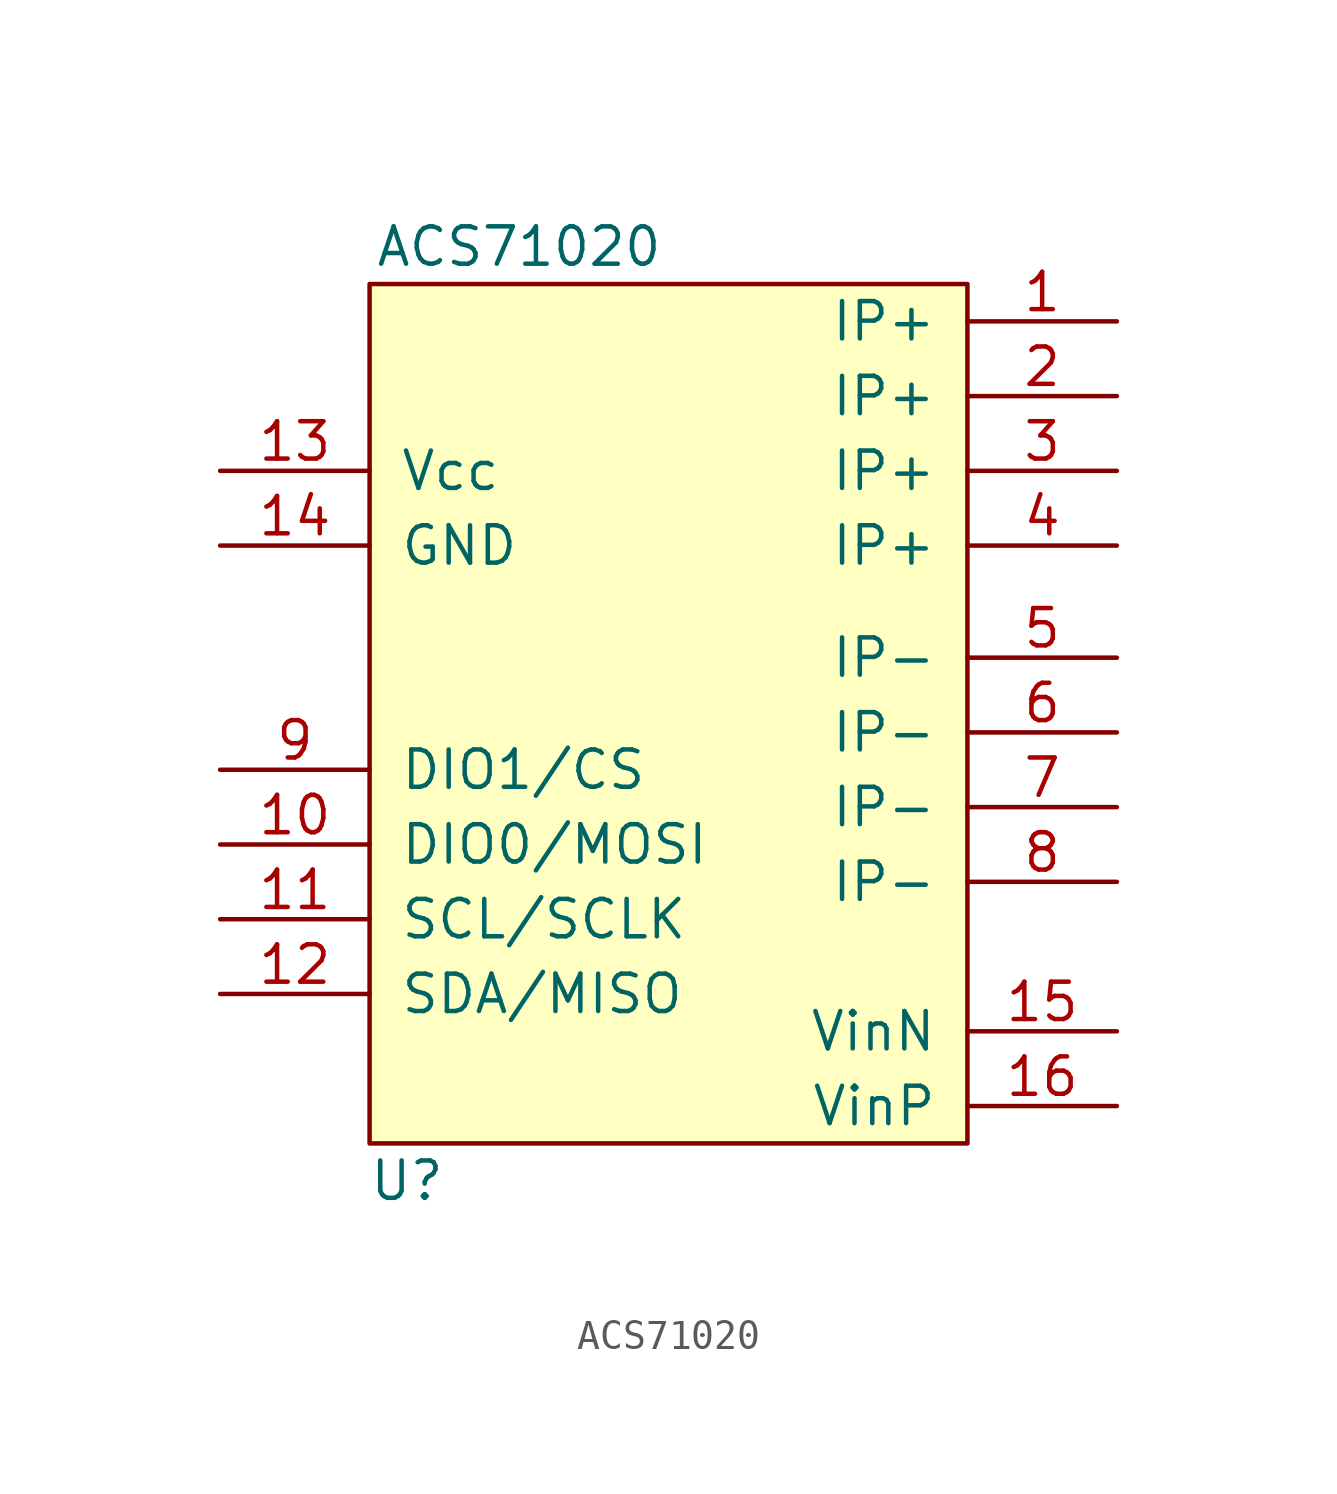
<source format=kicad_sym>
(kicad_symbol_lib
  (version 20211014)
  (generator kicad_symbol_editor)
  (symbol "ACS71020"
    (pin_names
      (offset 1.016))
    (property "Reference" "U"
      (at -8.89 -16.51 0)
      (effects (font (size 1.27 1.27))))
    (property "Value" "ACS71020"
      (at -5.08 15.24 0)
      (effects (font (size 1.27 1.27))))
    (symbol "ACS71020_0_1"
      (rectangle (start 10.16 13.97) (end -10.16 -15.24) (stroke (width 0) (type default) (color 0 0 0 0)) (fill (type background))))
    (symbol "ACS71020_1_1"
      (pin bidirectional line (at 15.24 12.7 180) (length 5.08) (name "IP+" (effects (font (size 1.27 1.27)))) (number "1" (effects (font (size 1.27 1.27)))))
      (pin bidirectional line (at -15.24 -5.08 0) (length 5.08) (name "DIO0/MOSI" (effects (font (size 1.27 1.27)))) (number "10" (effects (font (size 1.27 1.27)))))
      (pin bidirectional line (at -15.24 -7.62 0) (length 5.08) (name "SCL/SCLK" (effects (font (size 1.27 1.27)))) (number "11" (effects (font (size 1.27 1.27)))))
      (pin bidirectional line (at -15.24 -10.16 0) (length 5.08) (name "SDA/MISO" (effects (font (size 1.27 1.27)))) (number "12" (effects (font (size 1.27 1.27)))))
      (pin power_in line (at -15.24 7.62 0) (length 5.08) (name "Vcc" (effects (font (size 1.27 1.27)))) (number "13" (effects (font (size 1.27 1.27)))))
      (pin power_in line (at -15.24 5.08 0) (length 5.08) (name "GND" (effects (font (size 1.27 1.27)))) (number "14" (effects (font (size 1.27 1.27)))))
      (pin input line (at 15.24 -11.43 180) (length 5.08) (name "VinN" (effects (font (size 1.27 1.27)))) (number "15" (effects (font (size 1.27 1.27)))))
      (pin input line (at 15.24 -13.97 180) (length 5.08) (name "VinP" (effects (font (size 1.27 1.27)))) (number "16" (effects (font (size 1.27 1.27)))))
      (pin bidirectional line (at 15.24 10.16 180) (length 5.08) (name "IP+" (effects (font (size 1.27 1.27)))) (number "2" (effects (font (size 1.27 1.27)))))
      (pin bidirectional line (at 15.24 7.62 180) (length 5.08) (name "IP+" (effects (font (size 1.27 1.27)))) (number "3" (effects (font (size 1.27 1.27)))))
      (pin bidirectional line (at 15.24 5.08 180) (length 5.08) (name "IP+" (effects (font (size 1.27 1.27)))) (number "4" (effects (font (size 1.27 1.27)))))
      (pin bidirectional line (at 15.24 1.27 180) (length 5.08) (name "IP-" (effects (font (size 1.27 1.27)))) (number "5" (effects (font (size 1.27 1.27)))))
      (pin bidirectional line (at 15.24 -1.27 180) (length 5.08) (name "IP-" (effects (font (size 1.27 1.27)))) (number "6" (effects (font (size 1.27 1.27)))))
      (pin bidirectional line (at 15.24 -3.81 180) (length 5.08) (name "IP-" (effects (font (size 1.27 1.27)))) (number "7" (effects (font (size 1.27 1.27)))))
      (pin bidirectional line (at 15.24 -6.35 180) (length 5.08) (name "IP-" (effects (font (size 1.27 1.27)))) (number "8" (effects (font (size 1.27 1.27)))))
      (pin bidirectional line (at -15.24 -2.54 0) (length 5.08) (name "DIO1/CS" (effects (font (size 1.27 1.27)))) (number "9" (effects (font (size 1.27 1.27))))))))
</source>
